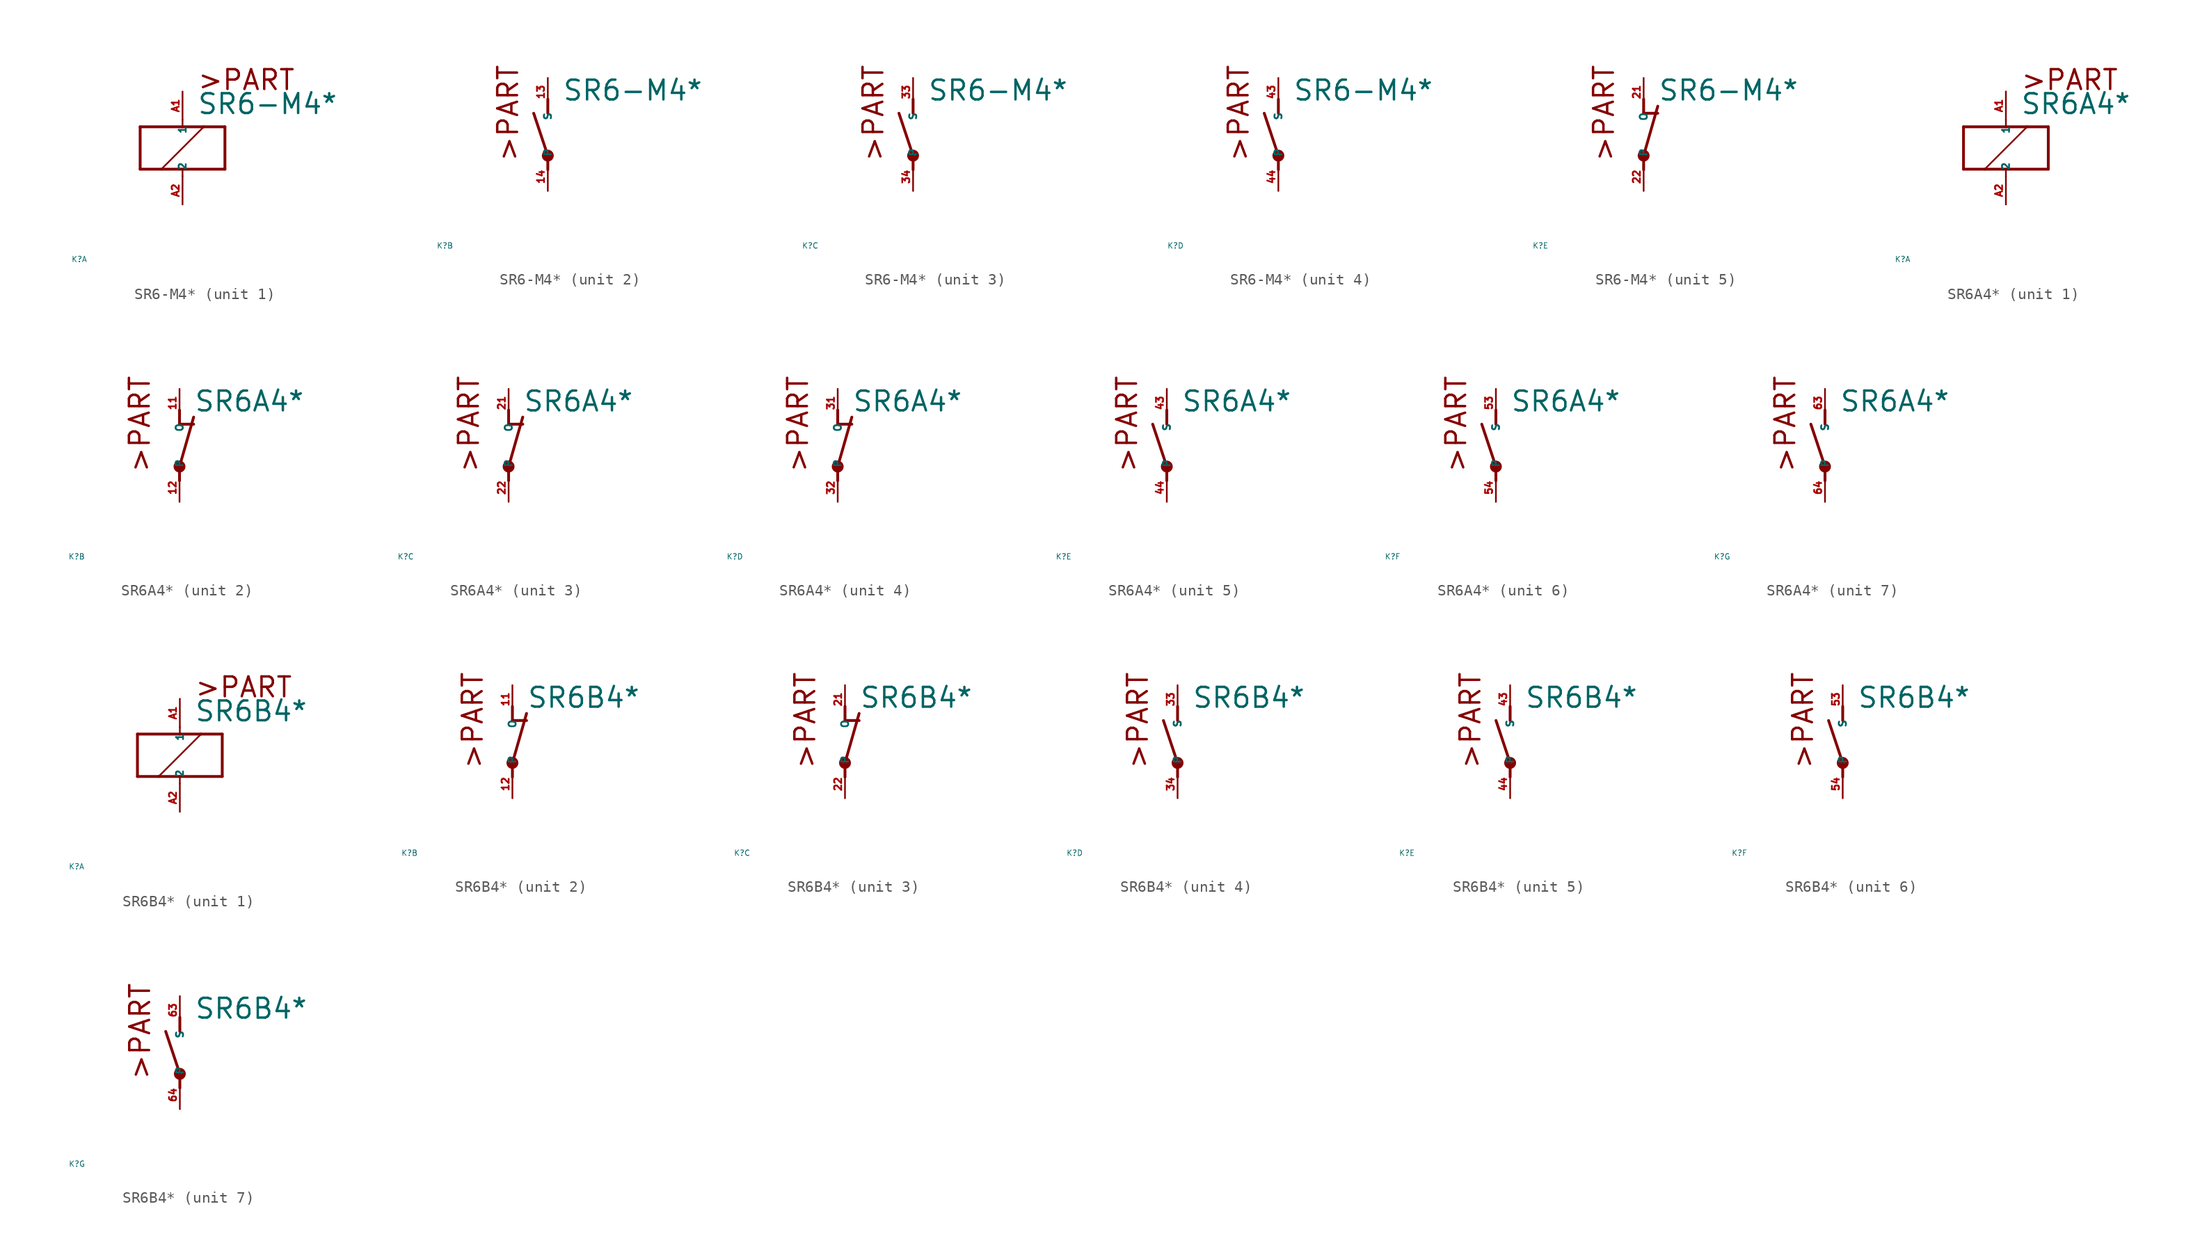
<source format=kicad_sym>
(kicad_symbol_lib
  (version 20220914)
  (generator Eagle2Kicad)
  (symbol "SR6-M4*"
    (property "Reference" "K"
      (at -10 -10 0)
      (effects (font (size 0.5 0.5) (thickness 0.06)) (justify left)))
    (property "Value" "SR6-M4*"
      (at 1.27 2.921 0)
      (effects (font (size 1.778 1.778) (thickness 0.22)) (justify left bottom)))
    (symbol "SR6-M4*_1_0"
      (polyline (pts (xy -3.81 -1.905) (xy -1.905 -1.905)) (stroke (width 0.254) (type default)) (fill (type none)))
      (polyline (pts (xy 3.81 -1.905) (xy 3.81 1.905)) (stroke (width 0.254) (type default)) (fill (type none)))
      (polyline (pts (xy 3.81 1.905) (xy 1.905 1.905)) (stroke (width 0.254) (type default)) (fill (type none)))
      (polyline (pts (xy -3.81 1.905) (xy -3.81 -1.905)) (stroke (width 0.254) (type default)) (fill (type none)))
      (polyline (pts (xy 0 -2.54) (xy 0 -1.905)) (stroke (width 0.152) (type default)) (fill (type none)))
      (polyline (pts (xy 0 -1.905) (xy 3.81 -1.905)) (stroke (width 0.254) (type default)) (fill (type none)))
      (polyline (pts (xy 0 2.54) (xy 0 1.905)) (stroke (width 0.152) (type default)) (fill (type none)))
      (polyline (pts (xy 0 1.905) (xy -3.81 1.905)) (stroke (width 0.254) (type default)) (fill (type none)))
      (polyline (pts (xy -1.905 -1.905) (xy 1.905 1.905)) (stroke (width 0.152) (type default)) (fill (type none)))
      (polyline (pts (xy -1.905 -1.905) (xy 0 -1.905)) (stroke (width 0.254) (type default)) (fill (type none)))
      (polyline (pts (xy 1.905 1.905) (xy 0 1.905)) (stroke (width 0.254) (type default)) (fill (type none)))
      (text ">PART" (at 1.27 5.08 0) (effects (font (size 1.778 1.778) (thickness 0.22)) (justify left bottom)))
      (pin passive line (at 0 -5.08 90) (length 2.54) (name "2" (effects (font (size 0.635 0.635) (thickness 0.08)) (justify left bottom))) (number "A2" (effects (font (size 0.635 0.635) (thickness 0.08)) (justify left bottom))))
      (pin passive line (at 0 5.08 270) (length 2.54) (name "1" (effects (font (size 0.635 0.635) (thickness 0.08)) (justify left bottom))) (number "A1" (effects (font (size 0.635 0.635) (thickness 0.08)) (justify left bottom)))))
    (symbol "SR6-M4*_2_0"
      (polyline (pts (xy 0 3.175) (xy 0 1.905)) (stroke (width 0.254) (type default)) (fill (type none)))
      (polyline (pts (xy 0 -3.175) (xy 0 -1.905)) (stroke (width 0.254) (type default)) (fill (type none)))
      (polyline (pts (xy 0 -1.905) (xy -1.27 1.905)) (stroke (width 0.254) (type default)) (fill (type none)))
      (text ">PART" (at -2.54 -2.54 900) (effects (font (size 1.778 1.778) (thickness 0.22)) (justify left bottom)))
      (circle (center 0 -1.905) (radius 0.127) (stroke (width 0.406) (type default)) (fill (type none)))
      (pin passive line (at 0 -5.08 90) (length 2.54) (name "P" (effects (font (size 0.635 0.635) (thickness 0.08)) (justify left bottom))) (number "14" (effects (font (size 0.635 0.635) (thickness 0.08)) (justify left bottom))))
      (pin passive line (at 0 5.08 270) (length 2.54) (name "S" (effects (font (size 0.635 0.635) (thickness 0.08)) (justify left bottom))) (number "13" (effects (font (size 0.635 0.635) (thickness 0.08)) (justify left bottom)))))
    (symbol "SR6-M4*_3_0"
      (polyline (pts (xy 0 3.175) (xy 0 1.905)) (stroke (width 0.254) (type default)) (fill (type none)))
      (polyline (pts (xy 0 -3.175) (xy 0 -1.905)) (stroke (width 0.254) (type default)) (fill (type none)))
      (polyline (pts (xy 0 -1.905) (xy -1.27 1.905)) (stroke (width 0.254) (type default)) (fill (type none)))
      (text ">PART" (at -2.54 -2.54 900) (effects (font (size 1.778 1.778) (thickness 0.22)) (justify left bottom)))
      (circle (center 0 -1.905) (radius 0.127) (stroke (width 0.406) (type default)) (fill (type none)))
      (pin passive line (at 0 -5.08 90) (length 2.54) (name "P" (effects (font (size 0.635 0.635) (thickness 0.08)) (justify left bottom))) (number "34" (effects (font (size 0.635 0.635) (thickness 0.08)) (justify left bottom))))
      (pin passive line (at 0 5.08 270) (length 2.54) (name "S" (effects (font (size 0.635 0.635) (thickness 0.08)) (justify left bottom))) (number "33" (effects (font (size 0.635 0.635) (thickness 0.08)) (justify left bottom)))))
    (symbol "SR6-M4*_4_0"
      (polyline (pts (xy 0 3.175) (xy 0 1.905)) (stroke (width 0.254) (type default)) (fill (type none)))
      (polyline (pts (xy 0 -3.175) (xy 0 -1.905)) (stroke (width 0.254) (type default)) (fill (type none)))
      (polyline (pts (xy 0 -1.905) (xy -1.27 1.905)) (stroke (width 0.254) (type default)) (fill (type none)))
      (text ">PART" (at -2.54 -2.54 900) (effects (font (size 1.778 1.778) (thickness 0.22)) (justify left bottom)))
      (circle (center 0 -1.905) (radius 0.127) (stroke (width 0.406) (type default)) (fill (type none)))
      (pin passive line (at 0 -5.08 90) (length 2.54) (name "P" (effects (font (size 0.635 0.635) (thickness 0.08)) (justify left bottom))) (number "44" (effects (font (size 0.635 0.635) (thickness 0.08)) (justify left bottom))))
      (pin passive line (at 0 5.08 270) (length 2.54) (name "S" (effects (font (size 0.635 0.635) (thickness 0.08)) (justify left bottom))) (number "43" (effects (font (size 0.635 0.635) (thickness 0.08)) (justify left bottom)))))
    (symbol "SR6-M4*_5_0"
      (polyline (pts (xy 0 -1.905) (xy 1.27 2.54)) (stroke (width 0.254) (type default)) (fill (type none)))
      (polyline (pts (xy 1.27 1.905) (xy 0 1.905)) (stroke (width 0.254) (type default)) (fill (type none)))
      (polyline (pts (xy 0 1.905) (xy 0 3.175)) (stroke (width 0.254) (type default)) (fill (type none)))
      (polyline (pts (xy 0 -3.175) (xy 0 -1.905)) (stroke (width 0.254) (type default)) (fill (type none)))
      (text ">PART" (at -2.54 -2.54 900) (effects (font (size 1.778 1.778) (thickness 0.22)) (justify left bottom)))
      (circle (center 0 -1.905) (radius 0.127) (stroke (width 0.406) (type default)) (fill (type none)))
      (pin passive line (at 0 -5.08 90) (length 2.54) (name "P" (effects (font (size 0.635 0.635) (thickness 0.08)) (justify left bottom))) (number "22" (effects (font (size 0.635 0.635) (thickness 0.08)) (justify left bottom))))
      (pin passive line (at 0 5.08 270) (length 2.54) (name "O" (effects (font (size 0.635 0.635) (thickness 0.08)) (justify left bottom))) (number "21" (effects (font (size 0.635 0.635) (thickness 0.08)) (justify left bottom))))))
  (symbol "SR6A4*"
    (property "Reference" "K"
      (at -10 -10 0)
      (effects (font (size 0.5 0.5) (thickness 0.06)) (justify left)))
    (property "Value" "SR6A4*"
      (at 1.27 2.921 0)
      (effects (font (size 1.778 1.778) (thickness 0.22)) (justify left bottom)))
    (symbol "SR6A4*_1_0"
      (polyline (pts (xy -3.81 -1.905) (xy -1.905 -1.905)) (stroke (width 0.254) (type default)) (fill (type none)))
      (polyline (pts (xy 3.81 -1.905) (xy 3.81 1.905)) (stroke (width 0.254) (type default)) (fill (type none)))
      (polyline (pts (xy 3.81 1.905) (xy 1.905 1.905)) (stroke (width 0.254) (type default)) (fill (type none)))
      (polyline (pts (xy -3.81 1.905) (xy -3.81 -1.905)) (stroke (width 0.254) (type default)) (fill (type none)))
      (polyline (pts (xy 0 -2.54) (xy 0 -1.905)) (stroke (width 0.152) (type default)) (fill (type none)))
      (polyline (pts (xy 0 -1.905) (xy 3.81 -1.905)) (stroke (width 0.254) (type default)) (fill (type none)))
      (polyline (pts (xy 0 2.54) (xy 0 1.905)) (stroke (width 0.152) (type default)) (fill (type none)))
      (polyline (pts (xy 0 1.905) (xy -3.81 1.905)) (stroke (width 0.254) (type default)) (fill (type none)))
      (polyline (pts (xy -1.905 -1.905) (xy 1.905 1.905)) (stroke (width 0.152) (type default)) (fill (type none)))
      (polyline (pts (xy -1.905 -1.905) (xy 0 -1.905)) (stroke (width 0.254) (type default)) (fill (type none)))
      (polyline (pts (xy 1.905 1.905) (xy 0 1.905)) (stroke (width 0.254) (type default)) (fill (type none)))
      (text ">PART" (at 1.27 5.08 0) (effects (font (size 1.778 1.778) (thickness 0.22)) (justify left bottom)))
      (pin passive line (at 0 -5.08 90) (length 2.54) (name "2" (effects (font (size 0.635 0.635) (thickness 0.08)) (justify left bottom))) (number "A2" (effects (font (size 0.635 0.635) (thickness 0.08)) (justify left bottom))))
      (pin passive line (at 0 5.08 270) (length 2.54) (name "1" (effects (font (size 0.635 0.635) (thickness 0.08)) (justify left bottom))) (number "A1" (effects (font (size 0.635 0.635) (thickness 0.08)) (justify left bottom)))))
    (symbol "SR6A4*_2_0"
      (polyline (pts (xy 0 -1.905) (xy 1.27 2.54)) (stroke (width 0.254) (type default)) (fill (type none)))
      (polyline (pts (xy 1.27 1.905) (xy 0 1.905)) (stroke (width 0.254) (type default)) (fill (type none)))
      (polyline (pts (xy 0 1.905) (xy 0 3.175)) (stroke (width 0.254) (type default)) (fill (type none)))
      (polyline (pts (xy 0 -3.175) (xy 0 -1.905)) (stroke (width 0.254) (type default)) (fill (type none)))
      (text ">PART" (at -2.54 -2.54 900) (effects (font (size 1.778 1.778) (thickness 0.22)) (justify left bottom)))
      (circle (center 0 -1.905) (radius 0.127) (stroke (width 0.406) (type default)) (fill (type none)))
      (pin passive line (at 0 -5.08 90) (length 2.54) (name "P" (effects (font (size 0.635 0.635) (thickness 0.08)) (justify left bottom))) (number "12" (effects (font (size 0.635 0.635) (thickness 0.08)) (justify left bottom))))
      (pin passive line (at 0 5.08 270) (length 2.54) (name "O" (effects (font (size 0.635 0.635) (thickness 0.08)) (justify left bottom))) (number "11" (effects (font (size 0.635 0.635) (thickness 0.08)) (justify left bottom)))))
    (symbol "SR6A4*_3_0"
      (polyline (pts (xy 0 -1.905) (xy 1.27 2.54)) (stroke (width 0.254) (type default)) (fill (type none)))
      (polyline (pts (xy 1.27 1.905) (xy 0 1.905)) (stroke (width 0.254) (type default)) (fill (type none)))
      (polyline (pts (xy 0 1.905) (xy 0 3.175)) (stroke (width 0.254) (type default)) (fill (type none)))
      (polyline (pts (xy 0 -3.175) (xy 0 -1.905)) (stroke (width 0.254) (type default)) (fill (type none)))
      (text ">PART" (at -2.54 -2.54 900) (effects (font (size 1.778 1.778) (thickness 0.22)) (justify left bottom)))
      (circle (center 0 -1.905) (radius 0.127) (stroke (width 0.406) (type default)) (fill (type none)))
      (pin passive line (at 0 -5.08 90) (length 2.54) (name "P" (effects (font (size 0.635 0.635) (thickness 0.08)) (justify left bottom))) (number "22" (effects (font (size 0.635 0.635) (thickness 0.08)) (justify left bottom))))
      (pin passive line (at 0 5.08 270) (length 2.54) (name "O" (effects (font (size 0.635 0.635) (thickness 0.08)) (justify left bottom))) (number "21" (effects (font (size 0.635 0.635) (thickness 0.08)) (justify left bottom)))))
    (symbol "SR6A4*_4_0"
      (polyline (pts (xy 0 -1.905) (xy 1.27 2.54)) (stroke (width 0.254) (type default)) (fill (type none)))
      (polyline (pts (xy 1.27 1.905) (xy 0 1.905)) (stroke (width 0.254) (type default)) (fill (type none)))
      (polyline (pts (xy 0 1.905) (xy 0 3.175)) (stroke (width 0.254) (type default)) (fill (type none)))
      (polyline (pts (xy 0 -3.175) (xy 0 -1.905)) (stroke (width 0.254) (type default)) (fill (type none)))
      (text ">PART" (at -2.54 -2.54 900) (effects (font (size 1.778 1.778) (thickness 0.22)) (justify left bottom)))
      (circle (center 0 -1.905) (radius 0.127) (stroke (width 0.406) (type default)) (fill (type none)))
      (pin passive line (at 0 -5.08 90) (length 2.54) (name "P" (effects (font (size 0.635 0.635) (thickness 0.08)) (justify left bottom))) (number "32" (effects (font (size 0.635 0.635) (thickness 0.08)) (justify left bottom))))
      (pin passive line (at 0 5.08 270) (length 2.54) (name "O" (effects (font (size 0.635 0.635) (thickness 0.08)) (justify left bottom))) (number "31" (effects (font (size 0.635 0.635) (thickness 0.08)) (justify left bottom)))))
    (symbol "SR6A4*_5_0"
      (polyline (pts (xy 0 3.175) (xy 0 1.905)) (stroke (width 0.254) (type default)) (fill (type none)))
      (polyline (pts (xy 0 -3.175) (xy 0 -1.905)) (stroke (width 0.254) (type default)) (fill (type none)))
      (polyline (pts (xy 0 -1.905) (xy -1.27 1.905)) (stroke (width 0.254) (type default)) (fill (type none)))
      (text ">PART" (at -2.54 -2.54 900) (effects (font (size 1.778 1.778) (thickness 0.22)) (justify left bottom)))
      (circle (center 0 -1.905) (radius 0.127) (stroke (width 0.406) (type default)) (fill (type none)))
      (pin passive line (at 0 -5.08 90) (length 2.54) (name "P" (effects (font (size 0.635 0.635) (thickness 0.08)) (justify left bottom))) (number "44" (effects (font (size 0.635 0.635) (thickness 0.08)) (justify left bottom))))
      (pin passive line (at 0 5.08 270) (length 2.54) (name "S" (effects (font (size 0.635 0.635) (thickness 0.08)) (justify left bottom))) (number "43" (effects (font (size 0.635 0.635) (thickness 0.08)) (justify left bottom)))))
    (symbol "SR6A4*_6_0"
      (polyline (pts (xy 0 3.175) (xy 0 1.905)) (stroke (width 0.254) (type default)) (fill (type none)))
      (polyline (pts (xy 0 -3.175) (xy 0 -1.905)) (stroke (width 0.254) (type default)) (fill (type none)))
      (polyline (pts (xy 0 -1.905) (xy -1.27 1.905)) (stroke (width 0.254) (type default)) (fill (type none)))
      (text ">PART" (at -2.54 -2.54 900) (effects (font (size 1.778 1.778) (thickness 0.22)) (justify left bottom)))
      (circle (center 0 -1.905) (radius 0.127) (stroke (width 0.406) (type default)) (fill (type none)))
      (pin passive line (at 0 -5.08 90) (length 2.54) (name "P" (effects (font (size 0.635 0.635) (thickness 0.08)) (justify left bottom))) (number "54" (effects (font (size 0.635 0.635) (thickness 0.08)) (justify left bottom))))
      (pin passive line (at 0 5.08 270) (length 2.54) (name "S" (effects (font (size 0.635 0.635) (thickness 0.08)) (justify left bottom))) (number "53" (effects (font (size 0.635 0.635) (thickness 0.08)) (justify left bottom)))))
    (symbol "SR6A4*_7_0"
      (polyline (pts (xy 0 3.175) (xy 0 1.905)) (stroke (width 0.254) (type default)) (fill (type none)))
      (polyline (pts (xy 0 -3.175) (xy 0 -1.905)) (stroke (width 0.254) (type default)) (fill (type none)))
      (polyline (pts (xy 0 -1.905) (xy -1.27 1.905)) (stroke (width 0.254) (type default)) (fill (type none)))
      (text ">PART" (at -2.54 -2.54 900) (effects (font (size 1.778 1.778) (thickness 0.22)) (justify left bottom)))
      (circle (center 0 -1.905) (radius 0.127) (stroke (width 0.406) (type default)) (fill (type none)))
      (pin passive line (at 0 -5.08 90) (length 2.54) (name "P" (effects (font (size 0.635 0.635) (thickness 0.08)) (justify left bottom))) (number "64" (effects (font (size 0.635 0.635) (thickness 0.08)) (justify left bottom))))
      (pin passive line (at 0 5.08 270) (length 2.54) (name "S" (effects (font (size 0.635 0.635) (thickness 0.08)) (justify left bottom))) (number "63" (effects (font (size 0.635 0.635) (thickness 0.08)) (justify left bottom))))))
  (symbol "SR6B4*"
    (property "Reference" "K"
      (at -10 -10 0)
      (effects (font (size 0.5 0.5) (thickness 0.06)) (justify left)))
    (property "Value" "SR6B4*"
      (at 1.27 2.921 0)
      (effects (font (size 1.778 1.778) (thickness 0.22)) (justify left bottom)))
    (symbol "SR6B4*_1_0"
      (polyline (pts (xy -3.81 -1.905) (xy -1.905 -1.905)) (stroke (width 0.254) (type default)) (fill (type none)))
      (polyline (pts (xy 3.81 -1.905) (xy 3.81 1.905)) (stroke (width 0.254) (type default)) (fill (type none)))
      (polyline (pts (xy 3.81 1.905) (xy 1.905 1.905)) (stroke (width 0.254) (type default)) (fill (type none)))
      (polyline (pts (xy -3.81 1.905) (xy -3.81 -1.905)) (stroke (width 0.254) (type default)) (fill (type none)))
      (polyline (pts (xy 0 -2.54) (xy 0 -1.905)) (stroke (width 0.152) (type default)) (fill (type none)))
      (polyline (pts (xy 0 -1.905) (xy 3.81 -1.905)) (stroke (width 0.254) (type default)) (fill (type none)))
      (polyline (pts (xy 0 2.54) (xy 0 1.905)) (stroke (width 0.152) (type default)) (fill (type none)))
      (polyline (pts (xy 0 1.905) (xy -3.81 1.905)) (stroke (width 0.254) (type default)) (fill (type none)))
      (polyline (pts (xy -1.905 -1.905) (xy 1.905 1.905)) (stroke (width 0.152) (type default)) (fill (type none)))
      (polyline (pts (xy -1.905 -1.905) (xy 0 -1.905)) (stroke (width 0.254) (type default)) (fill (type none)))
      (polyline (pts (xy 1.905 1.905) (xy 0 1.905)) (stroke (width 0.254) (type default)) (fill (type none)))
      (text ">PART" (at 1.27 5.08 0) (effects (font (size 1.778 1.778) (thickness 0.22)) (justify left bottom)))
      (pin passive line (at 0 -5.08 90) (length 2.54) (name "2" (effects (font (size 0.635 0.635) (thickness 0.08)) (justify left bottom))) (number "A2" (effects (font (size 0.635 0.635) (thickness 0.08)) (justify left bottom))))
      (pin passive line (at 0 5.08 270) (length 2.54) (name "1" (effects (font (size 0.635 0.635) (thickness 0.08)) (justify left bottom))) (number "A1" (effects (font (size 0.635 0.635) (thickness 0.08)) (justify left bottom)))))
    (symbol "SR6B4*_2_0"
      (polyline (pts (xy 0 -1.905) (xy 1.27 2.54)) (stroke (width 0.254) (type default)) (fill (type none)))
      (polyline (pts (xy 1.27 1.905) (xy 0 1.905)) (stroke (width 0.254) (type default)) (fill (type none)))
      (polyline (pts (xy 0 1.905) (xy 0 3.175)) (stroke (width 0.254) (type default)) (fill (type none)))
      (polyline (pts (xy 0 -3.175) (xy 0 -1.905)) (stroke (width 0.254) (type default)) (fill (type none)))
      (text ">PART" (at -2.54 -2.54 900) (effects (font (size 1.778 1.778) (thickness 0.22)) (justify left bottom)))
      (circle (center 0 -1.905) (radius 0.127) (stroke (width 0.406) (type default)) (fill (type none)))
      (pin passive line (at 0 -5.08 90) (length 2.54) (name "P" (effects (font (size 0.635 0.635) (thickness 0.08)) (justify left bottom))) (number "12" (effects (font (size 0.635 0.635) (thickness 0.08)) (justify left bottom))))
      (pin passive line (at 0 5.08 270) (length 2.54) (name "O" (effects (font (size 0.635 0.635) (thickness 0.08)) (justify left bottom))) (number "11" (effects (font (size 0.635 0.635) (thickness 0.08)) (justify left bottom)))))
    (symbol "SR6B4*_3_0"
      (polyline (pts (xy 0 -1.905) (xy 1.27 2.54)) (stroke (width 0.254) (type default)) (fill (type none)))
      (polyline (pts (xy 1.27 1.905) (xy 0 1.905)) (stroke (width 0.254) (type default)) (fill (type none)))
      (polyline (pts (xy 0 1.905) (xy 0 3.175)) (stroke (width 0.254) (type default)) (fill (type none)))
      (polyline (pts (xy 0 -3.175) (xy 0 -1.905)) (stroke (width 0.254) (type default)) (fill (type none)))
      (text ">PART" (at -2.54 -2.54 900) (effects (font (size 1.778 1.778) (thickness 0.22)) (justify left bottom)))
      (circle (center 0 -1.905) (radius 0.127) (stroke (width 0.406) (type default)) (fill (type none)))
      (pin passive line (at 0 -5.08 90) (length 2.54) (name "P" (effects (font (size 0.635 0.635) (thickness 0.08)) (justify left bottom))) (number "22" (effects (font (size 0.635 0.635) (thickness 0.08)) (justify left bottom))))
      (pin passive line (at 0 5.08 270) (length 2.54) (name "O" (effects (font (size 0.635 0.635) (thickness 0.08)) (justify left bottom))) (number "21" (effects (font (size 0.635 0.635) (thickness 0.08)) (justify left bottom)))))
    (symbol "SR6B4*_4_0"
      (polyline (pts (xy 0 3.175) (xy 0 1.905)) (stroke (width 0.254) (type default)) (fill (type none)))
      (polyline (pts (xy 0 -3.175) (xy 0 -1.905)) (stroke (width 0.254) (type default)) (fill (type none)))
      (polyline (pts (xy 0 -1.905) (xy -1.27 1.905)) (stroke (width 0.254) (type default)) (fill (type none)))
      (text ">PART" (at -2.54 -2.54 900) (effects (font (size 1.778 1.778) (thickness 0.22)) (justify left bottom)))
      (circle (center 0 -1.905) (radius 0.127) (stroke (width 0.406) (type default)) (fill (type none)))
      (pin passive line (at 0 -5.08 90) (length 2.54) (name "P" (effects (font (size 0.635 0.635) (thickness 0.08)) (justify left bottom))) (number "34" (effects (font (size 0.635 0.635) (thickness 0.08)) (justify left bottom))))
      (pin passive line (at 0 5.08 270) (length 2.54) (name "S" (effects (font (size 0.635 0.635) (thickness 0.08)) (justify left bottom))) (number "33" (effects (font (size 0.635 0.635) (thickness 0.08)) (justify left bottom)))))
    (symbol "SR6B4*_5_0"
      (polyline (pts (xy 0 3.175) (xy 0 1.905)) (stroke (width 0.254) (type default)) (fill (type none)))
      (polyline (pts (xy 0 -3.175) (xy 0 -1.905)) (stroke (width 0.254) (type default)) (fill (type none)))
      (polyline (pts (xy 0 -1.905) (xy -1.27 1.905)) (stroke (width 0.254) (type default)) (fill (type none)))
      (text ">PART" (at -2.54 -2.54 900) (effects (font (size 1.778 1.778) (thickness 0.22)) (justify left bottom)))
      (circle (center 0 -1.905) (radius 0.127) (stroke (width 0.406) (type default)) (fill (type none)))
      (pin passive line (at 0 -5.08 90) (length 2.54) (name "P" (effects (font (size 0.635 0.635) (thickness 0.08)) (justify left bottom))) (number "44" (effects (font (size 0.635 0.635) (thickness 0.08)) (justify left bottom))))
      (pin passive line (at 0 5.08 270) (length 2.54) (name "S" (effects (font (size 0.635 0.635) (thickness 0.08)) (justify left bottom))) (number "43" (effects (font (size 0.635 0.635) (thickness 0.08)) (justify left bottom)))))
    (symbol "SR6B4*_6_0"
      (polyline (pts (xy 0 3.175) (xy 0 1.905)) (stroke (width 0.254) (type default)) (fill (type none)))
      (polyline (pts (xy 0 -3.175) (xy 0 -1.905)) (stroke (width 0.254) (type default)) (fill (type none)))
      (polyline (pts (xy 0 -1.905) (xy -1.27 1.905)) (stroke (width 0.254) (type default)) (fill (type none)))
      (text ">PART" (at -2.54 -2.54 900) (effects (font (size 1.778 1.778) (thickness 0.22)) (justify left bottom)))
      (circle (center 0 -1.905) (radius 0.127) (stroke (width 0.406) (type default)) (fill (type none)))
      (pin passive line (at 0 -5.08 90) (length 2.54) (name "P" (effects (font (size 0.635 0.635) (thickness 0.08)) (justify left bottom))) (number "54" (effects (font (size 0.635 0.635) (thickness 0.08)) (justify left bottom))))
      (pin passive line (at 0 5.08 270) (length 2.54) (name "S" (effects (font (size 0.635 0.635) (thickness 0.08)) (justify left bottom))) (number "53" (effects (font (size 0.635 0.635) (thickness 0.08)) (justify left bottom)))))
    (symbol "SR6B4*_7_0"
      (polyline (pts (xy 0 3.175) (xy 0 1.905)) (stroke (width 0.254) (type default)) (fill (type none)))
      (polyline (pts (xy 0 -3.175) (xy 0 -1.905)) (stroke (width 0.254) (type default)) (fill (type none)))
      (polyline (pts (xy 0 -1.905) (xy -1.27 1.905)) (stroke (width 0.254) (type default)) (fill (type none)))
      (text ">PART" (at -2.54 -2.54 900) (effects (font (size 1.778 1.778) (thickness 0.22)) (justify left bottom)))
      (circle (center 0 -1.905) (radius 0.127) (stroke (width 0.406) (type default)) (fill (type none)))
      (pin passive line (at 0 -5.08 90) (length 2.54) (name "P" (effects (font (size 0.635 0.635) (thickness 0.08)) (justify left bottom))) (number "64" (effects (font (size 0.635 0.635) (thickness 0.08)) (justify left bottom))))
      (pin passive line (at 0 5.08 270) (length 2.54) (name "S" (effects (font (size 0.635 0.635) (thickness 0.08)) (justify left bottom))) (number "63" (effects (font (size 0.635 0.635) (thickness 0.08)) (justify left bottom)))))))
</source>
